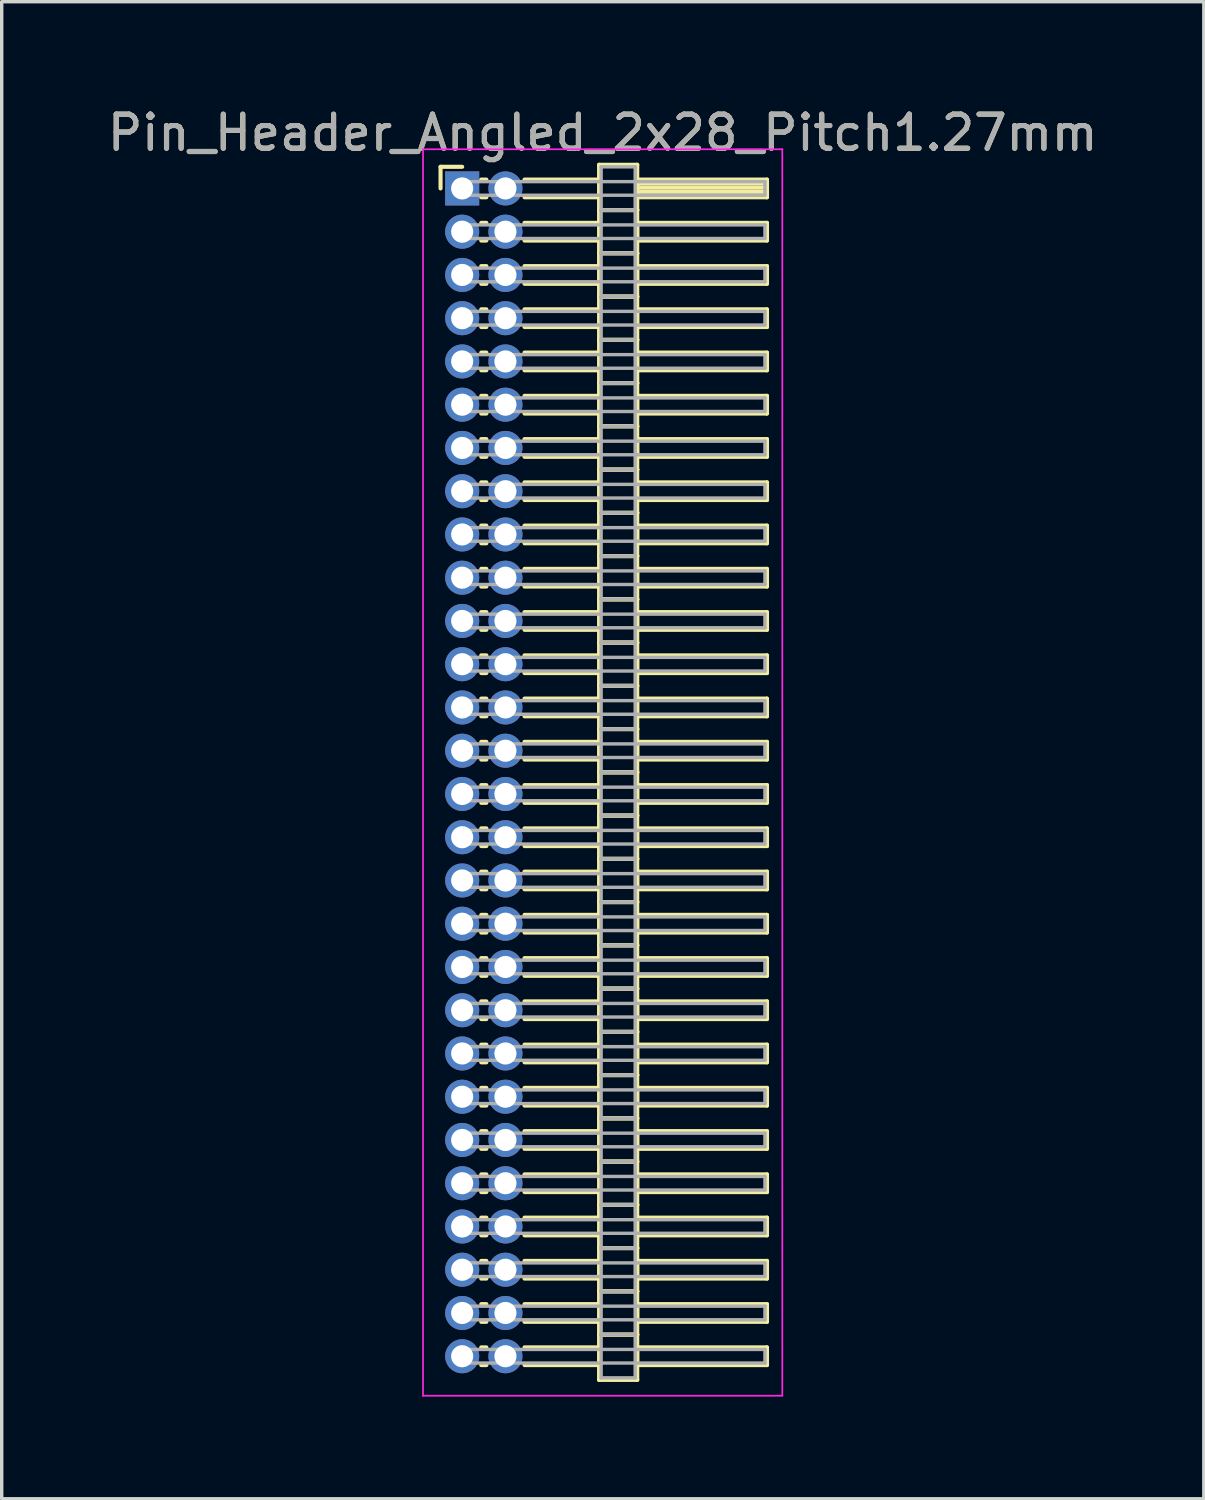
<source format=kicad_pcb>
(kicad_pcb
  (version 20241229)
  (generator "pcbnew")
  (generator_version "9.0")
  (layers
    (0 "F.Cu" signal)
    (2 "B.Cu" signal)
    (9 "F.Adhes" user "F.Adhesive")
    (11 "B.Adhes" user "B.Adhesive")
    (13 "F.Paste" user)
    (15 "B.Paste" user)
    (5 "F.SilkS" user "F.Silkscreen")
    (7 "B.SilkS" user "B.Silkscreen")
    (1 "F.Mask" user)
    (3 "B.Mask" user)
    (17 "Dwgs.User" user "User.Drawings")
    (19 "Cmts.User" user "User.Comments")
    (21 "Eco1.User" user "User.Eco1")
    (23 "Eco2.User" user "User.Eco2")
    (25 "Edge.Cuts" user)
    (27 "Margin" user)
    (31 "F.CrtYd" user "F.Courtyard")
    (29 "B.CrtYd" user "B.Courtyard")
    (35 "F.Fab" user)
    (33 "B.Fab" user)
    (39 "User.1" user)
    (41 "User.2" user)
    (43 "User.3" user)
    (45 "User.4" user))
  (footprint "Pin_Header_Angled_2x28_Pitch1.27mm"
    (layer "F.Cu")
    (at 10.521 2.483)
    (property "Reference" "Pin_Header_Angled_2x28_Pitch1.27mm" (at 4.128 -1.635 0) (layer "F.SilkS") (effects (font (size 1 1) (thickness 0.15))))
    (attr through_hole)
    (fp_line (start -0.635 -0.635) (end 0 -0.635) (stroke (width 0.12) (type solid)) (layer "F.SilkS"))
    (fp_line (start -0.635 0) (end -0.635 -0.635) (stroke (width 0.12) (type solid)) (layer "F.SilkS"))
    (fp_line (start 0.56 -0.26) (end 0.71 -0.26) (stroke (width 0.12) (type solid)) (layer "F.SilkS"))
    (fp_line (start 0.56 0.26) (end 0.71 0.26) (stroke (width 0.12) (type solid)) (layer "F.SilkS"))
    (fp_line (start 0.56 1.01) (end 0.71 1.01) (stroke (width 0.12) (type solid)) (layer "F.SilkS"))
    (fp_line (start 0.56 1.53) (end 0.71 1.53) (stroke (width 0.12) (type solid)) (layer "F.SilkS"))
    (fp_line (start 0.56 2.28) (end 0.71 2.28) (stroke (width 0.12) (type solid)) (layer "F.SilkS"))
    (fp_line (start 0.56 2.8) (end 0.71 2.8) (stroke (width 0.12) (type solid)) (layer "F.SilkS"))
    (fp_line (start 0.56 3.55) (end 0.71 3.55) (stroke (width 0.12) (type solid)) (layer "F.SilkS"))
    (fp_line (start 0.56 4.07) (end 0.71 4.07) (stroke (width 0.12) (type solid)) (layer "F.SilkS"))
    (fp_line (start 0.56 4.82) (end 0.71 4.82) (stroke (width 0.12) (type solid)) (layer "F.SilkS"))
    (fp_line (start 0.56 5.34) (end 0.71 5.34) (stroke (width 0.12) (type solid)) (layer "F.SilkS"))
    (fp_line (start 0.56 6.09) (end 0.71 6.09) (stroke (width 0.12) (type solid)) (layer "F.SilkS"))
    (fp_line (start 0.56 6.61) (end 0.71 6.61) (stroke (width 0.12) (type solid)) (layer "F.SilkS"))
    (fp_line (start 0.56 7.36) (end 0.71 7.36) (stroke (width 0.12) (type solid)) (layer "F.SilkS"))
    (fp_line (start 0.56 7.88) (end 0.71 7.88) (stroke (width 0.12) (type solid)) (layer "F.SilkS"))
    (fp_line (start 0.56 8.63) (end 0.71 8.63) (stroke (width 0.12) (type solid)) (layer "F.SilkS"))
    (fp_line (start 0.56 9.15) (end 0.71 9.15) (stroke (width 0.12) (type solid)) (layer "F.SilkS"))
    (fp_line (start 0.56 9.9) (end 0.71 9.9) (stroke (width 0.12) (type solid)) (layer "F.SilkS"))
    (fp_line (start 0.56 10.42) (end 0.71 10.42) (stroke (width 0.12) (type solid)) (layer "F.SilkS"))
    (fp_line (start 0.56 11.17) (end 0.71 11.17) (stroke (width 0.12) (type solid)) (layer "F.SilkS"))
    (fp_line (start 0.56 11.69) (end 0.71 11.69) (stroke (width 0.12) (type solid)) (layer "F.SilkS"))
    (fp_line (start 0.56 12.44) (end 0.71 12.44) (stroke (width 0.12) (type solid)) (layer "F.SilkS"))
    (fp_line (start 0.56 12.96) (end 0.71 12.96) (stroke (width 0.12) (type solid)) (layer "F.SilkS"))
    (fp_line (start 0.56 13.71) (end 0.71 13.71) (stroke (width 0.12) (type solid)) (layer "F.SilkS"))
    (fp_line (start 0.56 14.23) (end 0.71 14.23) (stroke (width 0.12) (type solid)) (layer "F.SilkS"))
    (fp_line (start 0.56 14.98) (end 0.71 14.98) (stroke (width 0.12) (type solid)) (layer "F.SilkS"))
    (fp_line (start 0.56 15.5) (end 0.71 15.5) (stroke (width 0.12) (type solid)) (layer "F.SilkS"))
    (fp_line (start 0.56 16.25) (end 0.71 16.25) (stroke (width 0.12) (type solid)) (layer "F.SilkS"))
    (fp_line (start 0.56 16.77) (end 0.71 16.77) (stroke (width 0.12) (type solid)) (layer "F.SilkS"))
    (fp_line (start 0.56 17.52) (end 0.71 17.52) (stroke (width 0.12) (type solid)) (layer "F.SilkS"))
    (fp_line (start 0.56 18.04) (end 0.71 18.04) (stroke (width 0.12) (type solid)) (layer "F.SilkS"))
    (fp_line (start 0.56 18.79) (end 0.71 18.79) (stroke (width 0.12) (type solid)) (layer "F.SilkS"))
    (fp_line (start 0.56 19.31) (end 0.71 19.31) (stroke (width 0.12) (type solid)) (layer "F.SilkS"))
    (fp_line (start 0.56 20.06) (end 0.71 20.06) (stroke (width 0.12) (type solid)) (layer "F.SilkS"))
    (fp_line (start 0.56 20.58) (end 0.71 20.58) (stroke (width 0.12) (type solid)) (layer "F.SilkS"))
    (fp_line (start 0.56 21.33) (end 0.71 21.33) (stroke (width 0.12) (type solid)) (layer "F.SilkS"))
    (fp_line (start 0.56 21.85) (end 0.71 21.85) (stroke (width 0.12) (type solid)) (layer "F.SilkS"))
    (fp_line (start 0.56 22.6) (end 0.71 22.6) (stroke (width 0.12) (type solid)) (layer "F.SilkS"))
    (fp_line (start 0.56 23.12) (end 0.71 23.12) (stroke (width 0.12) (type solid)) (layer "F.SilkS"))
    (fp_line (start 0.56 23.87) (end 0.71 23.87) (stroke (width 0.12) (type solid)) (layer "F.SilkS"))
    (fp_line (start 0.56 24.39) (end 0.71 24.39) (stroke (width 0.12) (type solid)) (layer "F.SilkS"))
    (fp_line (start 0.56 25.14) (end 0.71 25.14) (stroke (width 0.12) (type solid)) (layer "F.SilkS"))
    (fp_line (start 0.56 25.66) (end 0.71 25.66) (stroke (width 0.12) (type solid)) (layer "F.SilkS"))
    (fp_line (start 0.56 26.41) (end 0.71 26.41) (stroke (width 0.12) (type solid)) (layer "F.SilkS"))
    (fp_line (start 0.56 26.93) (end 0.71 26.93) (stroke (width 0.12) (type solid)) (layer "F.SilkS"))
    (fp_line (start 0.56 27.68) (end 0.71 27.68) (stroke (width 0.12) (type solid)) (layer "F.SilkS"))
    (fp_line (start 0.56 28.2) (end 0.71 28.2) (stroke (width 0.12) (type solid)) (layer "F.SilkS"))
    (fp_line (start 0.56 28.95) (end 0.71 28.95) (stroke (width 0.12) (type solid)) (layer "F.SilkS"))
    (fp_line (start 0.56 29.47) (end 0.71 29.47) (stroke (width 0.12) (type solid)) (layer "F.SilkS"))
    (fp_line (start 0.56 30.22) (end 0.71 30.22) (stroke (width 0.12) (type solid)) (layer "F.SilkS"))
    (fp_line (start 0.56 30.74) (end 0.71 30.74) (stroke (width 0.12) (type solid)) (layer "F.SilkS"))
    (fp_line (start 0.56 31.49) (end 0.71 31.49) (stroke (width 0.12) (type solid)) (layer "F.SilkS"))
    (fp_line (start 0.56 32.01) (end 0.71 32.01) (stroke (width 0.12) (type solid)) (layer "F.SilkS"))
    (fp_line (start 0.56 32.76) (end 0.71 32.76) (stroke (width 0.12) (type solid)) (layer "F.SilkS"))
    (fp_line (start 0.56 33.28) (end 0.71 33.28) (stroke (width 0.12) (type solid)) (layer "F.SilkS"))
    (fp_line (start 0.56 34.03) (end 0.71 34.03) (stroke (width 0.12) (type solid)) (layer "F.SilkS"))
    (fp_line (start 0.56 34.55) (end 0.71 34.55) (stroke (width 0.12) (type solid)) (layer "F.SilkS"))
    (fp_line (start 1.83 -0.26) (end 4.02 -0.26) (stroke (width 0.12) (type solid)) (layer "F.SilkS"))
    (fp_line (start 1.83 0.26) (end 4.02 0.26) (stroke (width 0.12) (type solid)) (layer "F.SilkS"))
    (fp_line (start 1.83 1.01) (end 4.02 1.01) (stroke (width 0.12) (type solid)) (layer "F.SilkS"))
    (fp_line (start 1.83 1.53) (end 4.02 1.53) (stroke (width 0.12) (type solid)) (layer "F.SilkS"))
    (fp_line (start 1.83 2.28) (end 4.02 2.28) (stroke (width 0.12) (type solid)) (layer "F.SilkS"))
    (fp_line (start 1.83 2.8) (end 4.02 2.8) (stroke (width 0.12) (type solid)) (layer "F.SilkS"))
    (fp_line (start 1.83 3.55) (end 4.02 3.55) (stroke (width 0.12) (type solid)) (layer "F.SilkS"))
    (fp_line (start 1.83 4.07) (end 4.02 4.07) (stroke (width 0.12) (type solid)) (layer "F.SilkS"))
    (fp_line (start 1.83 4.82) (end 4.02 4.82) (stroke (width 0.12) (type solid)) (layer "F.SilkS"))
    (fp_line (start 1.83 5.34) (end 4.02 5.34) (stroke (width 0.12) (type solid)) (layer "F.SilkS"))
    (fp_line (start 1.83 6.09) (end 4.02 6.09) (stroke (width 0.12) (type solid)) (layer "F.SilkS"))
    (fp_line (start 1.83 6.61) (end 4.02 6.61) (stroke (width 0.12) (type solid)) (layer "F.SilkS"))
    (fp_line (start 1.83 7.36) (end 4.02 7.36) (stroke (width 0.12) (type solid)) (layer "F.SilkS"))
    (fp_line (start 1.83 7.88) (end 4.02 7.88) (stroke (width 0.12) (type solid)) (layer "F.SilkS"))
    (fp_line (start 1.83 8.63) (end 4.02 8.63) (stroke (width 0.12) (type solid)) (layer "F.SilkS"))
    (fp_line (start 1.83 9.15) (end 4.02 9.15) (stroke (width 0.12) (type solid)) (layer "F.SilkS"))
    (fp_line (start 1.83 9.9) (end 4.02 9.9) (stroke (width 0.12) (type solid)) (layer "F.SilkS"))
    (fp_line (start 1.83 10.42) (end 4.02 10.42) (stroke (width 0.12) (type solid)) (layer "F.SilkS"))
    (fp_line (start 1.83 11.17) (end 4.02 11.17) (stroke (width 0.12) (type solid)) (layer "F.SilkS"))
    (fp_line (start 1.83 11.69) (end 4.02 11.69) (stroke (width 0.12) (type solid)) (layer "F.SilkS"))
    (fp_line (start 1.83 12.44) (end 4.02 12.44) (stroke (width 0.12) (type solid)) (layer "F.SilkS"))
    (fp_line (start 1.83 12.96) (end 4.02 12.96) (stroke (width 0.12) (type solid)) (layer "F.SilkS"))
    (fp_line (start 1.83 13.71) (end 4.02 13.71) (stroke (width 0.12) (type solid)) (layer "F.SilkS"))
    (fp_line (start 1.83 14.23) (end 4.02 14.23) (stroke (width 0.12) (type solid)) (layer "F.SilkS"))
    (fp_line (start 1.83 14.98) (end 4.02 14.98) (stroke (width 0.12) (type solid)) (layer "F.SilkS"))
    (fp_line (start 1.83 15.5) (end 4.02 15.5) (stroke (width 0.12) (type solid)) (layer "F.SilkS"))
    (fp_line (start 1.83 16.25) (end 4.02 16.25) (stroke (width 0.12) (type solid)) (layer "F.SilkS"))
    (fp_line (start 1.83 16.77) (end 4.02 16.77) (stroke (width 0.12) (type solid)) (layer "F.SilkS"))
    (fp_line (start 1.83 17.52) (end 4.02 17.52) (stroke (width 0.12) (type solid)) (layer "F.SilkS"))
    (fp_line (start 1.83 18.04) (end 4.02 18.04) (stroke (width 0.12) (type solid)) (layer "F.SilkS"))
    (fp_line (start 1.83 18.79) (end 4.02 18.79) (stroke (width 0.12) (type solid)) (layer "F.SilkS"))
    (fp_line (start 1.83 19.31) (end 4.02 19.31) (stroke (width 0.12) (type solid)) (layer "F.SilkS"))
    (fp_line (start 1.83 20.06) (end 4.02 20.06) (stroke (width 0.12) (type solid)) (layer "F.SilkS"))
    (fp_line (start 1.83 20.58) (end 4.02 20.58) (stroke (width 0.12) (type solid)) (layer "F.SilkS"))
    (fp_line (start 1.83 21.33) (end 4.02 21.33) (stroke (width 0.12) (type solid)) (layer "F.SilkS"))
    (fp_line (start 1.83 21.85) (end 4.02 21.85) (stroke (width 0.12) (type solid)) (layer "F.SilkS"))
    (fp_line (start 1.83 22.6) (end 4.02 22.6) (stroke (width 0.12) (type solid)) (layer "F.SilkS"))
    (fp_line (start 1.83 23.12) (end 4.02 23.12) (stroke (width 0.12) (type solid)) (layer "F.SilkS"))
    (fp_line (start 1.83 23.87) (end 4.02 23.87) (stroke (width 0.12) (type solid)) (layer "F.SilkS"))
    (fp_line (start 1.83 24.39) (end 4.02 24.39) (stroke (width 0.12) (type solid)) (layer "F.SilkS"))
    (fp_line (start 1.83 25.14) (end 4.02 25.14) (stroke (width 0.12) (type solid)) (layer "F.SilkS"))
    (fp_line (start 1.83 25.66) (end 4.02 25.66) (stroke (width 0.12) (type solid)) (layer "F.SilkS"))
    (fp_line (start 1.83 26.41) (end 4.02 26.41) (stroke (width 0.12) (type solid)) (layer "F.SilkS"))
    (fp_line (start 1.83 26.93) (end 4.02 26.93) (stroke (width 0.12) (type solid)) (layer "F.SilkS"))
    (fp_line (start 1.83 27.68) (end 4.02 27.68) (stroke (width 0.12) (type solid)) (layer "F.SilkS"))
    (fp_line (start 1.83 28.2) (end 4.02 28.2) (stroke (width 0.12) (type solid)) (layer "F.SilkS"))
    (fp_line (start 1.83 28.95) (end 4.02 28.95) (stroke (width 0.12) (type solid)) (layer "F.SilkS"))
    (fp_line (start 1.83 29.47) (end 4.02 29.47) (stroke (width 0.12) (type solid)) (layer "F.SilkS"))
    (fp_line (start 1.83 30.22) (end 4.02 30.22) (stroke (width 0.12) (type solid)) (layer "F.SilkS"))
    (fp_line (start 1.83 30.74) (end 4.02 30.74) (stroke (width 0.12) (type solid)) (layer "F.SilkS"))
    (fp_line (start 1.83 31.49) (end 4.02 31.49) (stroke (width 0.12) (type solid)) (layer "F.SilkS"))
    (fp_line (start 1.83 32.01) (end 4.02 32.01) (stroke (width 0.12) (type solid)) (layer "F.SilkS"))
    (fp_line (start 1.83 32.76) (end 4.02 32.76) (stroke (width 0.12) (type solid)) (layer "F.SilkS"))
    (fp_line (start 1.83 33.28) (end 4.02 33.28) (stroke (width 0.12) (type solid)) (layer "F.SilkS"))
    (fp_line (start 1.83 34.03) (end 4.02 34.03) (stroke (width 0.12) (type solid)) (layer "F.SilkS"))
    (fp_line (start 1.83 34.55) (end 4.02 34.55) (stroke (width 0.12) (type solid)) (layer "F.SilkS"))
    (fp_line (start 4.02 -0.695) (end 4.02 0.635) (stroke (width 0.12) (type solid)) (layer "F.SilkS"))
    (fp_line (start 4.02 0.635) (end 4.02 1.905) (stroke (width 0.12) (type solid)) (layer "F.SilkS"))
    (fp_line (start 4.02 0.635) (end 5.14 0.635) (stroke (width 0.12) (type solid)) (layer "F.SilkS"))
    (fp_line (start 4.02 1.905) (end 4.02 3.175) (stroke (width 0.12) (type solid)) (layer "F.SilkS"))
    (fp_line (start 4.02 1.905) (end 5.14 1.905) (stroke (width 0.12) (type solid)) (layer "F.SilkS"))
    (fp_line (start 4.02 3.175) (end 4.02 4.445) (stroke (width 0.12) (type solid)) (layer "F.SilkS"))
    (fp_line (start 4.02 3.175) (end 5.14 3.175) (stroke (width 0.12) (type solid)) (layer "F.SilkS"))
    (fp_line (start 4.02 4.445) (end 4.02 5.715) (stroke (width 0.12) (type solid)) (layer "F.SilkS"))
    (fp_line (start 4.02 4.445) (end 5.14 4.445) (stroke (width 0.12) (type solid)) (layer "F.SilkS"))
    (fp_line (start 4.02 5.715) (end 4.02 6.985) (stroke (width 0.12) (type solid)) (layer "F.SilkS"))
    (fp_line (start 4.02 5.715) (end 5.14 5.715) (stroke (width 0.12) (type solid)) (layer "F.SilkS"))
    (fp_line (start 4.02 6.985) (end 4.02 8.255) (stroke (width 0.12) (type solid)) (layer "F.SilkS"))
    (fp_line (start 4.02 6.985) (end 5.14 6.985) (stroke (width 0.12) (type solid)) (layer "F.SilkS"))
    (fp_line (start 4.02 8.255) (end 4.02 9.525) (stroke (width 0.12) (type solid)) (layer "F.SilkS"))
    (fp_line (start 4.02 8.255) (end 5.14 8.255) (stroke (width 0.12) (type solid)) (layer "F.SilkS"))
    (fp_line (start 4.02 9.525) (end 4.02 10.795) (stroke (width 0.12) (type solid)) (layer "F.SilkS"))
    (fp_line (start 4.02 9.525) (end 5.14 9.525) (stroke (width 0.12) (type solid)) (layer "F.SilkS"))
    (fp_line (start 4.02 10.795) (end 4.02 12.065) (stroke (width 0.12) (type solid)) (layer "F.SilkS"))
    (fp_line (start 4.02 10.795) (end 5.14 10.795) (stroke (width 0.12) (type solid)) (layer "F.SilkS"))
    (fp_line (start 4.02 12.065) (end 4.02 13.335) (stroke (width 0.12) (type solid)) (layer "F.SilkS"))
    (fp_line (start 4.02 12.065) (end 5.14 12.065) (stroke (width 0.12) (type solid)) (layer "F.SilkS"))
    (fp_line (start 4.02 13.335) (end 4.02 14.605) (stroke (width 0.12) (type solid)) (layer "F.SilkS"))
    (fp_line (start 4.02 13.335) (end 5.14 13.335) (stroke (width 0.12) (type solid)) (layer "F.SilkS"))
    (fp_line (start 4.02 14.605) (end 4.02 15.875) (stroke (width 0.12) (type solid)) (layer "F.SilkS"))
    (fp_line (start 4.02 14.605) (end 5.14 14.605) (stroke (width 0.12) (type solid)) (layer "F.SilkS"))
    (fp_line (start 4.02 15.875) (end 4.02 17.145) (stroke (width 0.12) (type solid)) (layer "F.SilkS"))
    (fp_line (start 4.02 15.875) (end 5.14 15.875) (stroke (width 0.12) (type solid)) (layer "F.SilkS"))
    (fp_line (start 4.02 17.145) (end 4.02 18.415) (stroke (width 0.12) (type solid)) (layer "F.SilkS"))
    (fp_line (start 4.02 17.145) (end 5.14 17.145) (stroke (width 0.12) (type solid)) (layer "F.SilkS"))
    (fp_line (start 4.02 18.415) (end 4.02 19.685) (stroke (width 0.12) (type solid)) (layer "F.SilkS"))
    (fp_line (start 4.02 18.415) (end 5.14 18.415) (stroke (width 0.12) (type solid)) (layer "F.SilkS"))
    (fp_line (start 4.02 19.685) (end 4.02 20.955) (stroke (width 0.12) (type solid)) (layer "F.SilkS"))
    (fp_line (start 4.02 19.685) (end 5.14 19.685) (stroke (width 0.12) (type solid)) (layer "F.SilkS"))
    (fp_line (start 4.02 20.955) (end 4.02 22.225) (stroke (width 0.12) (type solid)) (layer "F.SilkS"))
    (fp_line (start 4.02 20.955) (end 5.14 20.955) (stroke (width 0.12) (type solid)) (layer "F.SilkS"))
    (fp_line (start 4.02 22.225) (end 4.02 23.495) (stroke (width 0.12) (type solid)) (layer "F.SilkS"))
    (fp_line (start 4.02 22.225) (end 5.14 22.225) (stroke (width 0.12) (type solid)) (layer "F.SilkS"))
    (fp_line (start 4.02 23.495) (end 4.02 24.765) (stroke (width 0.12) (type solid)) (layer "F.SilkS"))
    (fp_line (start 4.02 23.495) (end 5.14 23.495) (stroke (width 0.12) (type solid)) (layer "F.SilkS"))
    (fp_line (start 4.02 24.765) (end 4.02 26.035) (stroke (width 0.12) (type solid)) (layer "F.SilkS"))
    (fp_line (start 4.02 24.765) (end 5.14 24.765) (stroke (width 0.12) (type solid)) (layer "F.SilkS"))
    (fp_line (start 4.02 26.035) (end 4.02 27.305) (stroke (width 0.12) (type solid)) (layer "F.SilkS"))
    (fp_line (start 4.02 26.035) (end 5.14 26.035) (stroke (width 0.12) (type solid)) (layer "F.SilkS"))
    (fp_line (start 4.02 27.305) (end 4.02 28.575) (stroke (width 0.12) (type solid)) (layer "F.SilkS"))
    (fp_line (start 4.02 27.305) (end 5.14 27.305) (stroke (width 0.12) (type solid)) (layer "F.SilkS"))
    (fp_line (start 4.02 28.575) (end 4.02 29.845) (stroke (width 0.12) (type solid)) (layer "F.SilkS"))
    (fp_line (start 4.02 28.575) (end 5.14 28.575) (stroke (width 0.12) (type solid)) (layer "F.SilkS"))
    (fp_line (start 4.02 29.845) (end 4.02 31.115) (stroke (width 0.12) (type solid)) (layer "F.SilkS"))
    (fp_line (start 4.02 29.845) (end 5.14 29.845) (stroke (width 0.12) (type solid)) (layer "F.SilkS"))
    (fp_line (start 4.02 31.115) (end 4.02 32.385) (stroke (width 0.12) (type solid)) (layer "F.SilkS"))
    (fp_line (start 4.02 31.115) (end 5.14 31.115) (stroke (width 0.12) (type solid)) (layer "F.SilkS"))
    (fp_line (start 4.02 32.385) (end 4.02 33.655) (stroke (width 0.12) (type solid)) (layer "F.SilkS"))
    (fp_line (start 4.02 32.385) (end 5.14 32.385) (stroke (width 0.12) (type solid)) (layer "F.SilkS"))
    (fp_line (start 4.02 33.655) (end 4.02 34.985) (stroke (width 0.12) (type solid)) (layer "F.SilkS"))
    (fp_line (start 4.02 33.655) (end 5.14 33.655) (stroke (width 0.12) (type solid)) (layer "F.SilkS"))
    (fp_line (start 4.02 34.985) (end 5.14 34.985) (stroke (width 0.12) (type solid)) (layer "F.SilkS"))
    (fp_line (start 5.14 -0.695) (end 4.02 -0.695) (stroke (width 0.12) (type solid)) (layer "F.SilkS"))
    (fp_line (start 5.14 -0.26) (end 5.14 0.26) (stroke (width 0.12) (type solid)) (layer "F.SilkS"))
    (fp_line (start 5.14 -0.14) (end 8.95 -0.14) (stroke (width 0.12) (type solid)) (layer "F.SilkS"))
    (fp_line (start 5.14 -0.02) (end 8.95 -0.02) (stroke (width 0.12) (type solid)) (layer "F.SilkS"))
    (fp_line (start 5.14 0.1) (end 8.95 0.1) (stroke (width 0.12) (type solid)) (layer "F.SilkS"))
    (fp_line (start 5.14 0.22) (end 8.95 0.22) (stroke (width 0.12) (type solid)) (layer "F.SilkS"))
    (fp_line (start 5.14 0.26) (end 8.95 0.26) (stroke (width 0.12) (type solid)) (layer "F.SilkS"))
    (fp_line (start 5.14 0.635) (end 4.02 0.635) (stroke (width 0.12) (type solid)) (layer "F.SilkS"))
    (fp_line (start 5.14 0.635) (end 5.14 -0.695) (stroke (width 0.12) (type solid)) (layer "F.SilkS"))
    (fp_line (start 5.14 1.01) (end 5.14 1.53) (stroke (width 0.12) (type solid)) (layer "F.SilkS"))
    (fp_line (start 5.14 1.53) (end 8.95 1.53) (stroke (width 0.12) (type solid)) (layer "F.SilkS"))
    (fp_line (start 5.14 1.905) (end 4.02 1.905) (stroke (width 0.12) (type solid)) (layer "F.SilkS"))
    (fp_line (start 5.14 1.905) (end 5.14 0.635) (stroke (width 0.12) (type solid)) (layer "F.SilkS"))
    (fp_line (start 5.14 2.28) (end 5.14 2.8) (stroke (width 0.12) (type solid)) (layer "F.SilkS"))
    (fp_line (start 5.14 2.8) (end 8.95 2.8) (stroke (width 0.12) (type solid)) (layer "F.SilkS"))
    (fp_line (start 5.14 3.175) (end 4.02 3.175) (stroke (width 0.12) (type solid)) (layer "F.SilkS"))
    (fp_line (start 5.14 3.175) (end 5.14 1.905) (stroke (width 0.12) (type solid)) (layer "F.SilkS"))
    (fp_line (start 5.14 3.55) (end 5.14 4.07) (stroke (width 0.12) (type solid)) (layer "F.SilkS"))
    (fp_line (start 5.14 4.07) (end 8.95 4.07) (stroke (width 0.12) (type solid)) (layer "F.SilkS"))
    (fp_line (start 5.14 4.445) (end 4.02 4.445) (stroke (width 0.12) (type solid)) (layer "F.SilkS"))
    (fp_line (start 5.14 4.445) (end 5.14 3.175) (stroke (width 0.12) (type solid)) (layer "F.SilkS"))
    (fp_line (start 5.14 4.82) (end 5.14 5.34) (stroke (width 0.12) (type solid)) (layer "F.SilkS"))
    (fp_line (start 5.14 5.34) (end 8.95 5.34) (stroke (width 0.12) (type solid)) (layer "F.SilkS"))
    (fp_line (start 5.14 5.715) (end 4.02 5.715) (stroke (width 0.12) (type solid)) (layer "F.SilkS"))
    (fp_line (start 5.14 5.715) (end 5.14 4.445) (stroke (width 0.12) (type solid)) (layer "F.SilkS"))
    (fp_line (start 5.14 6.09) (end 5.14 6.61) (stroke (width 0.12) (type solid)) (layer "F.SilkS"))
    (fp_line (start 5.14 6.61) (end 8.95 6.61) (stroke (width 0.12) (type solid)) (layer "F.SilkS"))
    (fp_line (start 5.14 6.985) (end 4.02 6.985) (stroke (width 0.12) (type solid)) (layer "F.SilkS"))
    (fp_line (start 5.14 6.985) (end 5.14 5.715) (stroke (width 0.12) (type solid)) (layer "F.SilkS"))
    (fp_line (start 5.14 7.36) (end 5.14 7.88) (stroke (width 0.12) (type solid)) (layer "F.SilkS"))
    (fp_line (start 5.14 7.88) (end 8.95 7.88) (stroke (width 0.12) (type solid)) (layer "F.SilkS"))
    (fp_line (start 5.14 8.255) (end 4.02 8.255) (stroke (width 0.12) (type solid)) (layer "F.SilkS"))
    (fp_line (start 5.14 8.255) (end 5.14 6.985) (stroke (width 0.12) (type solid)) (layer "F.SilkS"))
    (fp_line (start 5.14 8.63) (end 5.14 9.15) (stroke (width 0.12) (type solid)) (layer "F.SilkS"))
    (fp_line (start 5.14 9.15) (end 8.95 9.15) (stroke (width 0.12) (type solid)) (layer "F.SilkS"))
    (fp_line (start 5.14 9.525) (end 4.02 9.525) (stroke (width 0.12) (type solid)) (layer "F.SilkS"))
    (fp_line (start 5.14 9.525) (end 5.14 8.255) (stroke (width 0.12) (type solid)) (layer "F.SilkS"))
    (fp_line (start 5.14 9.9) (end 5.14 10.42) (stroke (width 0.12) (type solid)) (layer "F.SilkS"))
    (fp_line (start 5.14 10.42) (end 8.95 10.42) (stroke (width 0.12) (type solid)) (layer "F.SilkS"))
    (fp_line (start 5.14 10.795) (end 4.02 10.795) (stroke (width 0.12) (type solid)) (layer "F.SilkS"))
    (fp_line (start 5.14 10.795) (end 5.14 9.525) (stroke (width 0.12) (type solid)) (layer "F.SilkS"))
    (fp_line (start 5.14 11.17) (end 5.14 11.69) (stroke (width 0.12) (type solid)) (layer "F.SilkS"))
    (fp_line (start 5.14 11.69) (end 8.95 11.69) (stroke (width 0.12) (type solid)) (layer "F.SilkS"))
    (fp_line (start 5.14 12.065) (end 4.02 12.065) (stroke (width 0.12) (type solid)) (layer "F.SilkS"))
    (fp_line (start 5.14 12.065) (end 5.14 10.795) (stroke (width 0.12) (type solid)) (layer "F.SilkS"))
    (fp_line (start 5.14 12.44) (end 5.14 12.96) (stroke (width 0.12) (type solid)) (layer "F.SilkS"))
    (fp_line (start 5.14 12.96) (end 8.95 12.96) (stroke (width 0.12) (type solid)) (layer "F.SilkS"))
    (fp_line (start 5.14 13.335) (end 4.02 13.335) (stroke (width 0.12) (type solid)) (layer "F.SilkS"))
    (fp_line (start 5.14 13.335) (end 5.14 12.065) (stroke (width 0.12) (type solid)) (layer "F.SilkS"))
    (fp_line (start 5.14 13.71) (end 5.14 14.23) (stroke (width 0.12) (type solid)) (layer "F.SilkS"))
    (fp_line (start 5.14 14.23) (end 8.95 14.23) (stroke (width 0.12) (type solid)) (layer "F.SilkS"))
    (fp_line (start 5.14 14.605) (end 4.02 14.605) (stroke (width 0.12) (type solid)) (layer "F.SilkS"))
    (fp_line (start 5.14 14.605) (end 5.14 13.335) (stroke (width 0.12) (type solid)) (layer "F.SilkS"))
    (fp_line (start 5.14 14.98) (end 5.14 15.5) (stroke (width 0.12) (type solid)) (layer "F.SilkS"))
    (fp_line (start 5.14 15.5) (end 8.95 15.5) (stroke (width 0.12) (type solid)) (layer "F.SilkS"))
    (fp_line (start 5.14 15.875) (end 4.02 15.875) (stroke (width 0.12) (type solid)) (layer "F.SilkS"))
    (fp_line (start 5.14 15.875) (end 5.14 14.605) (stroke (width 0.12) (type solid)) (layer "F.SilkS"))
    (fp_line (start 5.14 16.25) (end 5.14 16.77) (stroke (width 0.12) (type solid)) (layer "F.SilkS"))
    (fp_line (start 5.14 16.77) (end 8.95 16.77) (stroke (width 0.12) (type solid)) (layer "F.SilkS"))
    (fp_line (start 5.14 17.145) (end 4.02 17.145) (stroke (width 0.12) (type solid)) (layer "F.SilkS"))
    (fp_line (start 5.14 17.145) (end 5.14 15.875) (stroke (width 0.12) (type solid)) (layer "F.SilkS"))
    (fp_line (start 5.14 17.52) (end 5.14 18.04) (stroke (width 0.12) (type solid)) (layer "F.SilkS"))
    (fp_line (start 5.14 18.04) (end 8.95 18.04) (stroke (width 0.12) (type solid)) (layer "F.SilkS"))
    (fp_line (start 5.14 18.415) (end 4.02 18.415) (stroke (width 0.12) (type solid)) (layer "F.SilkS"))
    (fp_line (start 5.14 18.415) (end 5.14 17.145) (stroke (width 0.12) (type solid)) (layer "F.SilkS"))
    (fp_line (start 5.14 18.79) (end 5.14 19.31) (stroke (width 0.12) (type solid)) (layer "F.SilkS"))
    (fp_line (start 5.14 19.31) (end 8.95 19.31) (stroke (width 0.12) (type solid)) (layer "F.SilkS"))
    (fp_line (start 5.14 19.685) (end 4.02 19.685) (stroke (width 0.12) (type solid)) (layer "F.SilkS"))
    (fp_line (start 5.14 19.685) (end 5.14 18.415) (stroke (width 0.12) (type solid)) (layer "F.SilkS"))
    (fp_line (start 5.14 20.06) (end 5.14 20.58) (stroke (width 0.12) (type solid)) (layer "F.SilkS"))
    (fp_line (start 5.14 20.58) (end 8.95 20.58) (stroke (width 0.12) (type solid)) (layer "F.SilkS"))
    (fp_line (start 5.14 20.955) (end 4.02 20.955) (stroke (width 0.12) (type solid)) (layer "F.SilkS"))
    (fp_line (start 5.14 20.955) (end 5.14 19.685) (stroke (width 0.12) (type solid)) (layer "F.SilkS"))
    (fp_line (start 5.14 21.33) (end 5.14 21.85) (stroke (width 0.12) (type solid)) (layer "F.SilkS"))
    (fp_line (start 5.14 21.85) (end 8.95 21.85) (stroke (width 0.12) (type solid)) (layer "F.SilkS"))
    (fp_line (start 5.14 22.225) (end 4.02 22.225) (stroke (width 0.12) (type solid)) (layer "F.SilkS"))
    (fp_line (start 5.14 22.225) (end 5.14 20.955) (stroke (width 0.12) (type solid)) (layer "F.SilkS"))
    (fp_line (start 5.14 22.6) (end 5.14 23.12) (stroke (width 0.12) (type solid)) (layer "F.SilkS"))
    (fp_line (start 5.14 23.12) (end 8.95 23.12) (stroke (width 0.12) (type solid)) (layer "F.SilkS"))
    (fp_line (start 5.14 23.495) (end 4.02 23.495) (stroke (width 0.12) (type solid)) (layer "F.SilkS"))
    (fp_line (start 5.14 23.495) (end 5.14 22.225) (stroke (width 0.12) (type solid)) (layer "F.SilkS"))
    (fp_line (start 5.14 23.87) (end 5.14 24.39) (stroke (width 0.12) (type solid)) (layer "F.SilkS"))
    (fp_line (start 5.14 24.39) (end 8.95 24.39) (stroke (width 0.12) (type solid)) (layer "F.SilkS"))
    (fp_line (start 5.14 24.765) (end 4.02 24.765) (stroke (width 0.12) (type solid)) (layer "F.SilkS"))
    (fp_line (start 5.14 24.765) (end 5.14 23.495) (stroke (width 0.12) (type solid)) (layer "F.SilkS"))
    (fp_line (start 5.14 25.14) (end 5.14 25.66) (stroke (width 0.12) (type solid)) (layer "F.SilkS"))
    (fp_line (start 5.14 25.66) (end 8.95 25.66) (stroke (width 0.12) (type solid)) (layer "F.SilkS"))
    (fp_line (start 5.14 26.035) (end 4.02 26.035) (stroke (width 0.12) (type solid)) (layer "F.SilkS"))
    (fp_line (start 5.14 26.035) (end 5.14 24.765) (stroke (width 0.12) (type solid)) (layer "F.SilkS"))
    (fp_line (start 5.14 26.41) (end 5.14 26.93) (stroke (width 0.12) (type solid)) (layer "F.SilkS"))
    (fp_line (start 5.14 26.93) (end 8.95 26.93) (stroke (width 0.12) (type solid)) (layer "F.SilkS"))
    (fp_line (start 5.14 27.305) (end 4.02 27.305) (stroke (width 0.12) (type solid)) (layer "F.SilkS"))
    (fp_line (start 5.14 27.305) (end 5.14 26.035) (stroke (width 0.12) (type solid)) (layer "F.SilkS"))
    (fp_line (start 5.14 27.68) (end 5.14 28.2) (stroke (width 0.12) (type solid)) (layer "F.SilkS"))
    (fp_line (start 5.14 28.2) (end 8.95 28.2) (stroke (width 0.12) (type solid)) (layer "F.SilkS"))
    (fp_line (start 5.14 28.575) (end 4.02 28.575) (stroke (width 0.12) (type solid)) (layer "F.SilkS"))
    (fp_line (start 5.14 28.575) (end 5.14 27.305) (stroke (width 0.12) (type solid)) (layer "F.SilkS"))
    (fp_line (start 5.14 28.95) (end 5.14 29.47) (stroke (width 0.12) (type solid)) (layer "F.SilkS"))
    (fp_line (start 5.14 29.47) (end 8.95 29.47) (stroke (width 0.12) (type solid)) (layer "F.SilkS"))
    (fp_line (start 5.14 29.845) (end 4.02 29.845) (stroke (width 0.12) (type solid)) (layer "F.SilkS"))
    (fp_line (start 5.14 29.845) (end 5.14 28.575) (stroke (width 0.12) (type solid)) (layer "F.SilkS"))
    (fp_line (start 5.14 30.22) (end 5.14 30.74) (stroke (width 0.12) (type solid)) (layer "F.SilkS"))
    (fp_line (start 5.14 30.74) (end 8.95 30.74) (stroke (width 0.12) (type solid)) (layer "F.SilkS"))
    (fp_line (start 5.14 31.115) (end 4.02 31.115) (stroke (width 0.12) (type solid)) (layer "F.SilkS"))
    (fp_line (start 5.14 31.115) (end 5.14 29.845) (stroke (width 0.12) (type solid)) (layer "F.SilkS"))
    (fp_line (start 5.14 31.49) (end 5.14 32.01) (stroke (width 0.12) (type solid)) (layer "F.SilkS"))
    (fp_line (start 5.14 32.01) (end 8.95 32.01) (stroke (width 0.12) (type solid)) (layer "F.SilkS"))
    (fp_line (start 5.14 32.385) (end 4.02 32.385) (stroke (width 0.12) (type solid)) (layer "F.SilkS"))
    (fp_line (start 5.14 32.385) (end 5.14 31.115) (stroke (width 0.12) (type solid)) (layer "F.SilkS"))
    (fp_line (start 5.14 32.76) (end 5.14 33.28) (stroke (width 0.12) (type solid)) (layer "F.SilkS"))
    (fp_line (start 5.14 33.28) (end 8.95 33.28) (stroke (width 0.12) (type solid)) (layer "F.SilkS"))
    (fp_line (start 5.14 33.655) (end 4.02 33.655) (stroke (width 0.12) (type solid)) (layer "F.SilkS"))
    (fp_line (start 5.14 33.655) (end 5.14 32.385) (stroke (width 0.12) (type solid)) (layer "F.SilkS"))
    (fp_line (start 5.14 34.03) (end 5.14 34.55) (stroke (width 0.12) (type solid)) (layer "F.SilkS"))
    (fp_line (start 5.14 34.55) (end 8.95 34.55) (stroke (width 0.12) (type solid)) (layer "F.SilkS"))
    (fp_line (start 5.14 34.985) (end 5.14 33.655) (stroke (width 0.12) (type solid)) (layer "F.SilkS"))
    (fp_line (start 8.95 -0.26) (end 5.14 -0.26) (stroke (width 0.12) (type solid)) (layer "F.SilkS"))
    (fp_line (start 8.95 0.26) (end 8.95 -0.26) (stroke (width 0.12) (type solid)) (layer "F.SilkS"))
    (fp_line (start 8.95 1.01) (end 5.14 1.01) (stroke (width 0.12) (type solid)) (layer "F.SilkS"))
    (fp_line (start 8.95 1.53) (end 8.95 1.01) (stroke (width 0.12) (type solid)) (layer "F.SilkS"))
    (fp_line (start 8.95 2.28) (end 5.14 2.28) (stroke (width 0.12) (type solid)) (layer "F.SilkS"))
    (fp_line (start 8.95 2.8) (end 8.95 2.28) (stroke (width 0.12) (type solid)) (layer "F.SilkS"))
    (fp_line (start 8.95 3.55) (end 5.14 3.55) (stroke (width 0.12) (type solid)) (layer "F.SilkS"))
    (fp_line (start 8.95 4.07) (end 8.95 3.55) (stroke (width 0.12) (type solid)) (layer "F.SilkS"))
    (fp_line (start 8.95 4.82) (end 5.14 4.82) (stroke (width 0.12) (type solid)) (layer "F.SilkS"))
    (fp_line (start 8.95 5.34) (end 8.95 4.82) (stroke (width 0.12) (type solid)) (layer "F.SilkS"))
    (fp_line (start 8.95 6.09) (end 5.14 6.09) (stroke (width 0.12) (type solid)) (layer "F.SilkS"))
    (fp_line (start 8.95 6.61) (end 8.95 6.09) (stroke (width 0.12) (type solid)) (layer "F.SilkS"))
    (fp_line (start 8.95 7.36) (end 5.14 7.36) (stroke (width 0.12) (type solid)) (layer "F.SilkS"))
    (fp_line (start 8.95 7.88) (end 8.95 7.36) (stroke (width 0.12) (type solid)) (layer "F.SilkS"))
    (fp_line (start 8.95 8.63) (end 5.14 8.63) (stroke (width 0.12) (type solid)) (layer "F.SilkS"))
    (fp_line (start 8.95 9.15) (end 8.95 8.63) (stroke (width 0.12) (type solid)) (layer "F.SilkS"))
    (fp_line (start 8.95 9.9) (end 5.14 9.9) (stroke (width 0.12) (type solid)) (layer "F.SilkS"))
    (fp_line (start 8.95 10.42) (end 8.95 9.9) (stroke (width 0.12) (type solid)) (layer "F.SilkS"))
    (fp_line (start 8.95 11.17) (end 5.14 11.17) (stroke (width 0.12) (type solid)) (layer "F.SilkS"))
    (fp_line (start 8.95 11.69) (end 8.95 11.17) (stroke (width 0.12) (type solid)) (layer "F.SilkS"))
    (fp_line (start 8.95 12.44) (end 5.14 12.44) (stroke (width 0.12) (type solid)) (layer "F.SilkS"))
    (fp_line (start 8.95 12.96) (end 8.95 12.44) (stroke (width 0.12) (type solid)) (layer "F.SilkS"))
    (fp_line (start 8.95 13.71) (end 5.14 13.71) (stroke (width 0.12) (type solid)) (layer "F.SilkS"))
    (fp_line (start 8.95 14.23) (end 8.95 13.71) (stroke (width 0.12) (type solid)) (layer "F.SilkS"))
    (fp_line (start 8.95 14.98) (end 5.14 14.98) (stroke (width 0.12) (type solid)) (layer "F.SilkS"))
    (fp_line (start 8.95 15.5) (end 8.95 14.98) (stroke (width 0.12) (type solid)) (layer "F.SilkS"))
    (fp_line (start 8.95 16.25) (end 5.14 16.25) (stroke (width 0.12) (type solid)) (layer "F.SilkS"))
    (fp_line (start 8.95 16.77) (end 8.95 16.25) (stroke (width 0.12) (type solid)) (layer "F.SilkS"))
    (fp_line (start 8.95 17.52) (end 5.14 17.52) (stroke (width 0.12) (type solid)) (layer "F.SilkS"))
    (fp_line (start 8.95 18.04) (end 8.95 17.52) (stroke (width 0.12) (type solid)) (layer "F.SilkS"))
    (fp_line (start 8.95 18.79) (end 5.14 18.79) (stroke (width 0.12) (type solid)) (layer "F.SilkS"))
    (fp_line (start 8.95 19.31) (end 8.95 18.79) (stroke (width 0.12) (type solid)) (layer "F.SilkS"))
    (fp_line (start 8.95 20.06) (end 5.14 20.06) (stroke (width 0.12) (type solid)) (layer "F.SilkS"))
    (fp_line (start 8.95 20.58) (end 8.95 20.06) (stroke (width 0.12) (type solid)) (layer "F.SilkS"))
    (fp_line (start 8.95 21.33) (end 5.14 21.33) (stroke (width 0.12) (type solid)) (layer "F.SilkS"))
    (fp_line (start 8.95 21.85) (end 8.95 21.33) (stroke (width 0.12) (type solid)) (layer "F.SilkS"))
    (fp_line (start 8.95 22.6) (end 5.14 22.6) (stroke (width 0.12) (type solid)) (layer "F.SilkS"))
    (fp_line (start 8.95 23.12) (end 8.95 22.6) (stroke (width 0.12) (type solid)) (layer "F.SilkS"))
    (fp_line (start 8.95 23.87) (end 5.14 23.87) (stroke (width 0.12) (type solid)) (layer "F.SilkS"))
    (fp_line (start 8.95 24.39) (end 8.95 23.87) (stroke (width 0.12) (type solid)) (layer "F.SilkS"))
    (fp_line (start 8.95 25.14) (end 5.14 25.14) (stroke (width 0.12) (type solid)) (layer "F.SilkS"))
    (fp_line (start 8.95 25.66) (end 8.95 25.14) (stroke (width 0.12) (type solid)) (layer "F.SilkS"))
    (fp_line (start 8.95 26.41) (end 5.14 26.41) (stroke (width 0.12) (type solid)) (layer "F.SilkS"))
    (fp_line (start 8.95 26.93) (end 8.95 26.41) (stroke (width 0.12) (type solid)) (layer "F.SilkS"))
    (fp_line (start 8.95 27.68) (end 5.14 27.68) (stroke (width 0.12) (type solid)) (layer "F.SilkS"))
    (fp_line (start 8.95 28.2) (end 8.95 27.68) (stroke (width 0.12) (type solid)) (layer "F.SilkS"))
    (fp_line (start 8.95 28.95) (end 5.14 28.95) (stroke (width 0.12) (type solid)) (layer "F.SilkS"))
    (fp_line (start 8.95 29.47) (end 8.95 28.95) (stroke (width 0.12) (type solid)) (layer "F.SilkS"))
    (fp_line (start 8.95 30.22) (end 5.14 30.22) (stroke (width 0.12) (type solid)) (layer "F.SilkS"))
    (fp_line (start 8.95 30.74) (end 8.95 30.22) (stroke (width 0.12) (type solid)) (layer "F.SilkS"))
    (fp_line (start 8.95 31.49) (end 5.14 31.49) (stroke (width 0.12) (type solid)) (layer "F.SilkS"))
    (fp_line (start 8.95 32.01) (end 8.95 31.49) (stroke (width 0.12) (type solid)) (layer "F.SilkS"))
    (fp_line (start 8.95 32.76) (end 5.14 32.76) (stroke (width 0.12) (type solid)) (layer "F.SilkS"))
    (fp_line (start 8.95 33.28) (end 8.95 32.76) (stroke (width 0.12) (type solid)) (layer "F.SilkS"))
    (fp_line (start 8.95 34.03) (end 5.14 34.03) (stroke (width 0.12) (type solid)) (layer "F.SilkS"))
    (fp_line (start 8.95 34.55) (end 8.95 34.03) (stroke (width 0.12) (type solid)) (layer "F.SilkS"))
    (fp_line (start -1.15 -1.15) (end -1.15 35.45) (stroke (width 0.05) (type solid)) (layer "F.CrtYd"))
    (fp_line (start -1.15 35.45) (end 9.4 35.45) (stroke (width 0.05) (type solid)) (layer "F.CrtYd"))
    (fp_line (start 9.4 -1.15) (end -1.15 -1.15) (stroke (width 0.05) (type solid)) (layer "F.CrtYd"))
    (fp_line (start 9.4 35.45) (end 9.4 -1.15) (stroke (width 0.05) (type solid)) (layer "F.CrtYd"))
    (fp_line (start 0 -0.2) (end 0 0.2) (stroke (width 0.1) (type solid)) (layer "F.Fab"))
    (fp_line (start 0 0.2) (end 8.89 0.2) (stroke (width 0.1) (type solid)) (layer "F.Fab"))
    (fp_line (start 0 1.07) (end 0 1.47) (stroke (width 0.1) (type solid)) (layer "F.Fab"))
    (fp_line (start 0 1.47) (end 8.89 1.47) (stroke (width 0.1) (type solid)) (layer "F.Fab"))
    (fp_line (start 0 2.34) (end 0 2.74) (stroke (width 0.1) (type solid)) (layer "F.Fab"))
    (fp_line (start 0 2.74) (end 8.89 2.74) (stroke (width 0.1) (type solid)) (layer "F.Fab"))
    (fp_line (start 0 3.61) (end 0 4.01) (stroke (width 0.1) (type solid)) (layer "F.Fab"))
    (fp_line (start 0 4.01) (end 8.89 4.01) (stroke (width 0.1) (type solid)) (layer "F.Fab"))
    (fp_line (start 0 4.88) (end 0 5.28) (stroke (width 0.1) (type solid)) (layer "F.Fab"))
    (fp_line (start 0 5.28) (end 8.89 5.28) (stroke (width 0.1) (type solid)) (layer "F.Fab"))
    (fp_line (start 0 6.15) (end 0 6.55) (stroke (width 0.1) (type solid)) (layer "F.Fab"))
    (fp_line (start 0 6.55) (end 8.89 6.55) (stroke (width 0.1) (type solid)) (layer "F.Fab"))
    (fp_line (start 0 7.42) (end 0 7.82) (stroke (width 0.1) (type solid)) (layer "F.Fab"))
    (fp_line (start 0 7.82) (end 8.89 7.82) (stroke (width 0.1) (type solid)) (layer "F.Fab"))
    (fp_line (start 0 8.69) (end 0 9.09) (stroke (width 0.1) (type solid)) (layer "F.Fab"))
    (fp_line (start 0 9.09) (end 8.89 9.09) (stroke (width 0.1) (type solid)) (layer "F.Fab"))
    (fp_line (start 0 9.96) (end 0 10.36) (stroke (width 0.1) (type solid)) (layer "F.Fab"))
    (fp_line (start 0 10.36) (end 8.89 10.36) (stroke (width 0.1) (type solid)) (layer "F.Fab"))
    (fp_line (start 0 11.23) (end 0 11.63) (stroke (width 0.1) (type solid)) (layer "F.Fab"))
    (fp_line (start 0 11.63) (end 8.89 11.63) (stroke (width 0.1) (type solid)) (layer "F.Fab"))
    (fp_line (start 0 12.5) (end 0 12.9) (stroke (width 0.1) (type solid)) (layer "F.Fab"))
    (fp_line (start 0 12.9) (end 8.89 12.9) (stroke (width 0.1) (type solid)) (layer "F.Fab"))
    (fp_line (start 0 13.77) (end 0 14.17) (stroke (width 0.1) (type solid)) (layer "F.Fab"))
    (fp_line (start 0 14.17) (end 8.89 14.17) (stroke (width 0.1) (type solid)) (layer "F.Fab"))
    (fp_line (start 0 15.04) (end 0 15.44) (stroke (width 0.1) (type solid)) (layer "F.Fab"))
    (fp_line (start 0 15.44) (end 8.89 15.44) (stroke (width 0.1) (type solid)) (layer "F.Fab"))
    (fp_line (start 0 16.31) (end 0 16.71) (stroke (width 0.1) (type solid)) (layer "F.Fab"))
    (fp_line (start 0 16.71) (end 8.89 16.71) (stroke (width 0.1) (type solid)) (layer "F.Fab"))
    (fp_line (start 0 17.58) (end 0 17.98) (stroke (width 0.1) (type solid)) (layer "F.Fab"))
    (fp_line (start 0 17.98) (end 8.89 17.98) (stroke (width 0.1) (type solid)) (layer "F.Fab"))
    (fp_line (start 0 18.85) (end 0 19.25) (stroke (width 0.1) (type solid)) (layer "F.Fab"))
    (fp_line (start 0 19.25) (end 8.89 19.25) (stroke (width 0.1) (type solid)) (layer "F.Fab"))
    (fp_line (start 0 20.12) (end 0 20.52) (stroke (width 0.1) (type solid)) (layer "F.Fab"))
    (fp_line (start 0 20.52) (end 8.89 20.52) (stroke (width 0.1) (type solid)) (layer "F.Fab"))
    (fp_line (start 0 21.39) (end 0 21.79) (stroke (width 0.1) (type solid)) (layer "F.Fab"))
    (fp_line (start 0 21.79) (end 8.89 21.79) (stroke (width 0.1) (type solid)) (layer "F.Fab"))
    (fp_line (start 0 22.66) (end 0 23.06) (stroke (width 0.1) (type solid)) (layer "F.Fab"))
    (fp_line (start 0 23.06) (end 8.89 23.06) (stroke (width 0.1) (type solid)) (layer "F.Fab"))
    (fp_line (start 0 23.93) (end 0 24.33) (stroke (width 0.1) (type solid)) (layer "F.Fab"))
    (fp_line (start 0 24.33) (end 8.89 24.33) (stroke (width 0.1) (type solid)) (layer "F.Fab"))
    (fp_line (start 0 25.2) (end 0 25.6) (stroke (width 0.1) (type solid)) (layer "F.Fab"))
    (fp_line (start 0 25.6) (end 8.89 25.6) (stroke (width 0.1) (type solid)) (layer "F.Fab"))
    (fp_line (start 0 26.47) (end 0 26.87) (stroke (width 0.1) (type solid)) (layer "F.Fab"))
    (fp_line (start 0 26.87) (end 8.89 26.87) (stroke (width 0.1) (type solid)) (layer "F.Fab"))
    (fp_line (start 0 27.74) (end 0 28.14) (stroke (width 0.1) (type solid)) (layer "F.Fab"))
    (fp_line (start 0 28.14) (end 8.89 28.14) (stroke (width 0.1) (type solid)) (layer "F.Fab"))
    (fp_line (start 0 29.01) (end 0 29.41) (stroke (width 0.1) (type solid)) (layer "F.Fab"))
    (fp_line (start 0 29.41) (end 8.89 29.41) (stroke (width 0.1) (type solid)) (layer "F.Fab"))
    (fp_line (start 0 30.28) (end 0 30.68) (stroke (width 0.1) (type solid)) (layer "F.Fab"))
    (fp_line (start 0 30.68) (end 8.89 30.68) (stroke (width 0.1) (type solid)) (layer "F.Fab"))
    (fp_line (start 0 31.55) (end 0 31.95) (stroke (width 0.1) (type solid)) (layer "F.Fab"))
    (fp_line (start 0 31.95) (end 8.89 31.95) (stroke (width 0.1) (type solid)) (layer "F.Fab"))
    (fp_line (start 0 32.82) (end 0 33.22) (stroke (width 0.1) (type solid)) (layer "F.Fab"))
    (fp_line (start 0 33.22) (end 8.89 33.22) (stroke (width 0.1) (type solid)) (layer "F.Fab"))
    (fp_line (start 0 34.09) (end 0 34.49) (stroke (width 0.1) (type solid)) (layer "F.Fab"))
    (fp_line (start 0 34.49) (end 8.89 34.49) (stroke (width 0.1) (type solid)) (layer "F.Fab"))
    (fp_line (start 4.08 -0.635) (end 4.08 0.635) (stroke (width 0.1) (type solid)) (layer "F.Fab"))
    (fp_line (start 4.08 0.635) (end 4.08 1.905) (stroke (width 0.1) (type solid)) (layer "F.Fab"))
    (fp_line (start 4.08 0.635) (end 5.08 0.635) (stroke (width 0.1) (type solid)) (layer "F.Fab"))
    (fp_line (start 4.08 1.905) (end 4.08 3.175) (stroke (width 0.1) (type solid)) (layer "F.Fab"))
    (fp_line (start 4.08 1.905) (end 5.08 1.905) (stroke (width 0.1) (type solid)) (layer "F.Fab"))
    (fp_line (start 4.08 3.175) (end 4.08 4.445) (stroke (width 0.1) (type solid)) (layer "F.Fab"))
    (fp_line (start 4.08 3.175) (end 5.08 3.175) (stroke (width 0.1) (type solid)) (layer "F.Fab"))
    (fp_line (start 4.08 4.445) (end 4.08 5.715) (stroke (width 0.1) (type solid)) (layer "F.Fab"))
    (fp_line (start 4.08 4.445) (end 5.08 4.445) (stroke (width 0.1) (type solid)) (layer "F.Fab"))
    (fp_line (start 4.08 5.715) (end 4.08 6.985) (stroke (width 0.1) (type solid)) (layer "F.Fab"))
    (fp_line (start 4.08 5.715) (end 5.08 5.715) (stroke (width 0.1) (type solid)) (layer "F.Fab"))
    (fp_line (start 4.08 6.985) (end 4.08 8.255) (stroke (width 0.1) (type solid)) (layer "F.Fab"))
    (fp_line (start 4.08 6.985) (end 5.08 6.985) (stroke (width 0.1) (type solid)) (layer "F.Fab"))
    (fp_line (start 4.08 8.255) (end 4.08 9.525) (stroke (width 0.1) (type solid)) (layer "F.Fab"))
    (fp_line (start 4.08 8.255) (end 5.08 8.255) (stroke (width 0.1) (type solid)) (layer "F.Fab"))
    (fp_line (start 4.08 9.525) (end 4.08 10.795) (stroke (width 0.1) (type solid)) (layer "F.Fab"))
    (fp_line (start 4.08 9.525) (end 5.08 9.525) (stroke (width 0.1) (type solid)) (layer "F.Fab"))
    (fp_line (start 4.08 10.795) (end 4.08 12.065) (stroke (width 0.1) (type solid)) (layer "F.Fab"))
    (fp_line (start 4.08 10.795) (end 5.08 10.795) (stroke (width 0.1) (type solid)) (layer "F.Fab"))
    (fp_line (start 4.08 12.065) (end 4.08 13.335) (stroke (width 0.1) (type solid)) (layer "F.Fab"))
    (fp_line (start 4.08 12.065) (end 5.08 12.065) (stroke (width 0.1) (type solid)) (layer "F.Fab"))
    (fp_line (start 4.08 13.335) (end 4.08 14.605) (stroke (width 0.1) (type solid)) (layer "F.Fab"))
    (fp_line (start 4.08 13.335) (end 5.08 13.335) (stroke (width 0.1) (type solid)) (layer "F.Fab"))
    (fp_line (start 4.08 14.605) (end 4.08 15.875) (stroke (width 0.1) (type solid)) (layer "F.Fab"))
    (fp_line (start 4.08 14.605) (end 5.08 14.605) (stroke (width 0.1) (type solid)) (layer "F.Fab"))
    (fp_line (start 4.08 15.875) (end 4.08 17.145) (stroke (width 0.1) (type solid)) (layer "F.Fab"))
    (fp_line (start 4.08 15.875) (end 5.08 15.875) (stroke (width 0.1) (type solid)) (layer "F.Fab"))
    (fp_line (start 4.08 17.145) (end 4.08 18.415) (stroke (width 0.1) (type solid)) (layer "F.Fab"))
    (fp_line (start 4.08 17.145) (end 5.08 17.145) (stroke (width 0.1) (type solid)) (layer "F.Fab"))
    (fp_line (start 4.08 18.415) (end 4.08 19.685) (stroke (width 0.1) (type solid)) (layer "F.Fab"))
    (fp_line (start 4.08 18.415) (end 5.08 18.415) (stroke (width 0.1) (type solid)) (layer "F.Fab"))
    (fp_line (start 4.08 19.685) (end 4.08 20.955) (stroke (width 0.1) (type solid)) (layer "F.Fab"))
    (fp_line (start 4.08 19.685) (end 5.08 19.685) (stroke (width 0.1) (type solid)) (layer "F.Fab"))
    (fp_line (start 4.08 20.955) (end 4.08 22.225) (stroke (width 0.1) (type solid)) (layer "F.Fab"))
    (fp_line (start 4.08 20.955) (end 5.08 20.955) (stroke (width 0.1) (type solid)) (layer "F.Fab"))
    (fp_line (start 4.08 22.225) (end 4.08 23.495) (stroke (width 0.1) (type solid)) (layer "F.Fab"))
    (fp_line (start 4.08 22.225) (end 5.08 22.225) (stroke (width 0.1) (type solid)) (layer "F.Fab"))
    (fp_line (start 4.08 23.495) (end 4.08 24.765) (stroke (width 0.1) (type solid)) (layer "F.Fab"))
    (fp_line (start 4.08 23.495) (end 5.08 23.495) (stroke (width 0.1) (type solid)) (layer "F.Fab"))
    (fp_line (start 4.08 24.765) (end 4.08 26.035) (stroke (width 0.1) (type solid)) (layer "F.Fab"))
    (fp_line (start 4.08 24.765) (end 5.08 24.765) (stroke (width 0.1) (type solid)) (layer "F.Fab"))
    (fp_line (start 4.08 26.035) (end 4.08 27.305) (stroke (width 0.1) (type solid)) (layer "F.Fab"))
    (fp_line (start 4.08 26.035) (end 5.08 26.035) (stroke (width 0.1) (type solid)) (layer "F.Fab"))
    (fp_line (start 4.08 27.305) (end 4.08 28.575) (stroke (width 0.1) (type solid)) (layer "F.Fab"))
    (fp_line (start 4.08 27.305) (end 5.08 27.305) (stroke (width 0.1) (type solid)) (layer "F.Fab"))
    (fp_line (start 4.08 28.575) (end 4.08 29.845) (stroke (width 0.1) (type solid)) (layer "F.Fab"))
    (fp_line (start 4.08 28.575) (end 5.08 28.575) (stroke (width 0.1) (type solid)) (layer "F.Fab"))
    (fp_line (start 4.08 29.845) (end 4.08 31.115) (stroke (width 0.1) (type solid)) (layer "F.Fab"))
    (fp_line (start 4.08 29.845) (end 5.08 29.845) (stroke (width 0.1) (type solid)) (layer "F.Fab"))
    (fp_line (start 4.08 31.115) (end 4.08 32.385) (stroke (width 0.1) (type solid)) (layer "F.Fab"))
    (fp_line (start 4.08 31.115) (end 5.08 31.115) (stroke (width 0.1) (type solid)) (layer "F.Fab"))
    (fp_line (start 4.08 32.385) (end 4.08 33.655) (stroke (width 0.1) (type solid)) (layer "F.Fab"))
    (fp_line (start 4.08 32.385) (end 5.08 32.385) (stroke (width 0.1) (type solid)) (layer "F.Fab"))
    (fp_line (start 4.08 33.655) (end 4.08 34.925) (stroke (width 0.1) (type solid)) (layer "F.Fab"))
    (fp_line (start 4.08 33.655) (end 5.08 33.655) (stroke (width 0.1) (type solid)) (layer "F.Fab"))
    (fp_line (start 4.08 34.925) (end 5.08 34.925) (stroke (width 0.1) (type solid)) (layer "F.Fab"))
    (fp_line (start 5.08 -0.635) (end 4.08 -0.635) (stroke (width 0.1) (type solid)) (layer "F.Fab"))
    (fp_line (start 5.08 0.635) (end 4.08 0.635) (stroke (width 0.1) (type solid)) (layer "F.Fab"))
    (fp_line (start 5.08 0.635) (end 5.08 -0.635) (stroke (width 0.1) (type solid)) (layer "F.Fab"))
    (fp_line (start 5.08 1.905) (end 4.08 1.905) (stroke (width 0.1) (type solid)) (layer "F.Fab"))
    (fp_line (start 5.08 1.905) (end 5.08 0.635) (stroke (width 0.1) (type solid)) (layer "F.Fab"))
    (fp_line (start 5.08 3.175) (end 4.08 3.175) (stroke (width 0.1) (type solid)) (layer "F.Fab"))
    (fp_line (start 5.08 3.175) (end 5.08 1.905) (stroke (width 0.1) (type solid)) (layer "F.Fab"))
    (fp_line (start 5.08 4.445) (end 4.08 4.445) (stroke (width 0.1) (type solid)) (layer "F.Fab"))
    (fp_line (start 5.08 4.445) (end 5.08 3.175) (stroke (width 0.1) (type solid)) (layer "F.Fab"))
    (fp_line (start 5.08 5.715) (end 4.08 5.715) (stroke (width 0.1) (type solid)) (layer "F.Fab"))
    (fp_line (start 5.08 5.715) (end 5.08 4.445) (stroke (width 0.1) (type solid)) (layer "F.Fab"))
    (fp_line (start 5.08 6.985) (end 4.08 6.985) (stroke (width 0.1) (type solid)) (layer "F.Fab"))
    (fp_line (start 5.08 6.985) (end 5.08 5.715) (stroke (width 0.1) (type solid)) (layer "F.Fab"))
    (fp_line (start 5.08 8.255) (end 4.08 8.255) (stroke (width 0.1) (type solid)) (layer "F.Fab"))
    (fp_line (start 5.08 8.255) (end 5.08 6.985) (stroke (width 0.1) (type solid)) (layer "F.Fab"))
    (fp_line (start 5.08 9.525) (end 4.08 9.525) (stroke (width 0.1) (type solid)) (layer "F.Fab"))
    (fp_line (start 5.08 9.525) (end 5.08 8.255) (stroke (width 0.1) (type solid)) (layer "F.Fab"))
    (fp_line (start 5.08 10.795) (end 4.08 10.795) (stroke (width 0.1) (type solid)) (layer "F.Fab"))
    (fp_line (start 5.08 10.795) (end 5.08 9.525) (stroke (width 0.1) (type solid)) (layer "F.Fab"))
    (fp_line (start 5.08 12.065) (end 4.08 12.065) (stroke (width 0.1) (type solid)) (layer "F.Fab"))
    (fp_line (start 5.08 12.065) (end 5.08 10.795) (stroke (width 0.1) (type solid)) (layer "F.Fab"))
    (fp_line (start 5.08 13.335) (end 4.08 13.335) (stroke (width 0.1) (type solid)) (layer "F.Fab"))
    (fp_line (start 5.08 13.335) (end 5.08 12.065) (stroke (width 0.1) (type solid)) (layer "F.Fab"))
    (fp_line (start 5.08 14.605) (end 4.08 14.605) (stroke (width 0.1) (type solid)) (layer "F.Fab"))
    (fp_line (start 5.08 14.605) (end 5.08 13.335) (stroke (width 0.1) (type solid)) (layer "F.Fab"))
    (fp_line (start 5.08 15.875) (end 4.08 15.875) (stroke (width 0.1) (type solid)) (layer "F.Fab"))
    (fp_line (start 5.08 15.875) (end 5.08 14.605) (stroke (width 0.1) (type solid)) (layer "F.Fab"))
    (fp_line (start 5.08 17.145) (end 4.08 17.145) (stroke (width 0.1) (type solid)) (layer "F.Fab"))
    (fp_line (start 5.08 17.145) (end 5.08 15.875) (stroke (width 0.1) (type solid)) (layer "F.Fab"))
    (fp_line (start 5.08 18.415) (end 4.08 18.415) (stroke (width 0.1) (type solid)) (layer "F.Fab"))
    (fp_line (start 5.08 18.415) (end 5.08 17.145) (stroke (width 0.1) (type solid)) (layer "F.Fab"))
    (fp_line (start 5.08 19.685) (end 4.08 19.685) (stroke (width 0.1) (type solid)) (layer "F.Fab"))
    (fp_line (start 5.08 19.685) (end 5.08 18.415) (stroke (width 0.1) (type solid)) (layer "F.Fab"))
    (fp_line (start 5.08 20.955) (end 4.08 20.955) (stroke (width 0.1) (type solid)) (layer "F.Fab"))
    (fp_line (start 5.08 20.955) (end 5.08 19.685) (stroke (width 0.1) (type solid)) (layer "F.Fab"))
    (fp_line (start 5.08 22.225) (end 4.08 22.225) (stroke (width 0.1) (type solid)) (layer "F.Fab"))
    (fp_line (start 5.08 22.225) (end 5.08 20.955) (stroke (width 0.1) (type solid)) (layer "F.Fab"))
    (fp_line (start 5.08 23.495) (end 4.08 23.495) (stroke (width 0.1) (type solid)) (layer "F.Fab"))
    (fp_line (start 5.08 23.495) (end 5.08 22.225) (stroke (width 0.1) (type solid)) (layer "F.Fab"))
    (fp_line (start 5.08 24.765) (end 4.08 24.765) (stroke (width 0.1) (type solid)) (layer "F.Fab"))
    (fp_line (start 5.08 24.765) (end 5.08 23.495) (stroke (width 0.1) (type solid)) (layer "F.Fab"))
    (fp_line (start 5.08 26.035) (end 4.08 26.035) (stroke (width 0.1) (type solid)) (layer "F.Fab"))
    (fp_line (start 5.08 26.035) (end 5.08 24.765) (stroke (width 0.1) (type solid)) (layer "F.Fab"))
    (fp_line (start 5.08 27.305) (end 4.08 27.305) (stroke (width 0.1) (type solid)) (layer "F.Fab"))
    (fp_line (start 5.08 27.305) (end 5.08 26.035) (stroke (width 0.1) (type solid)) (layer "F.Fab"))
    (fp_line (start 5.08 28.575) (end 4.08 28.575) (stroke (width 0.1) (type solid)) (layer "F.Fab"))
    (fp_line (start 5.08 28.575) (end 5.08 27.305) (stroke (width 0.1) (type solid)) (layer "F.Fab"))
    (fp_line (start 5.08 29.845) (end 4.08 29.845) (stroke (width 0.1) (type solid)) (layer "F.Fab"))
    (fp_line (start 5.08 29.845) (end 5.08 28.575) (stroke (width 0.1) (type solid)) (layer "F.Fab"))
    (fp_line (start 5.08 31.115) (end 4.08 31.115) (stroke (width 0.1) (type solid)) (layer "F.Fab"))
    (fp_line (start 5.08 31.115) (end 5.08 29.845) (stroke (width 0.1) (type solid)) (layer "F.Fab"))
    (fp_line (start 5.08 32.385) (end 4.08 32.385) (stroke (width 0.1) (type solid)) (layer "F.Fab"))
    (fp_line (start 5.08 32.385) (end 5.08 31.115) (stroke (width 0.1) (type solid)) (layer "F.Fab"))
    (fp_line (start 5.08 33.655) (end 4.08 33.655) (stroke (width 0.1) (type solid)) (layer "F.Fab"))
    (fp_line (start 5.08 33.655) (end 5.08 32.385) (stroke (width 0.1) (type solid)) (layer "F.Fab"))
    (fp_line (start 5.08 34.925) (end 5.08 33.655) (stroke (width 0.1) (type solid)) (layer "F.Fab"))
    (fp_line (start 8.89 -0.2) (end 0 -0.2) (stroke (width 0.1) (type solid)) (layer "F.Fab"))
    (fp_line (start 8.89 0.2) (end 8.89 -0.2) (stroke (width 0.1) (type solid)) (layer "F.Fab"))
    (fp_line (start 8.89 1.07) (end 0 1.07) (stroke (width 0.1) (type solid)) (layer "F.Fab"))
    (fp_line (start 8.89 1.47) (end 8.89 1.07) (stroke (width 0.1) (type solid)) (layer "F.Fab"))
    (fp_line (start 8.89 2.34) (end 0 2.34) (stroke (width 0.1) (type solid)) (layer "F.Fab"))
    (fp_line (start 8.89 2.74) (end 8.89 2.34) (stroke (width 0.1) (type solid)) (layer "F.Fab"))
    (fp_line (start 8.89 3.61) (end 0 3.61) (stroke (width 0.1) (type solid)) (layer "F.Fab"))
    (fp_line (start 8.89 4.01) (end 8.89 3.61) (stroke (width 0.1) (type solid)) (layer "F.Fab"))
    (fp_line (start 8.89 4.88) (end 0 4.88) (stroke (width 0.1) (type solid)) (layer "F.Fab"))
    (fp_line (start 8.89 5.28) (end 8.89 4.88) (stroke (width 0.1) (type solid)) (layer "F.Fab"))
    (fp_line (start 8.89 6.15) (end 0 6.15) (stroke (width 0.1) (type solid)) (layer "F.Fab"))
    (fp_line (start 8.89 6.55) (end 8.89 6.15) (stroke (width 0.1) (type solid)) (layer "F.Fab"))
    (fp_line (start 8.89 7.42) (end 0 7.42) (stroke (width 0.1) (type solid)) (layer "F.Fab"))
    (fp_line (start 8.89 7.82) (end 8.89 7.42) (stroke (width 0.1) (type solid)) (layer "F.Fab"))
    (fp_line (start 8.89 8.69) (end 0 8.69) (stroke (width 0.1) (type solid)) (layer "F.Fab"))
    (fp_line (start 8.89 9.09) (end 8.89 8.69) (stroke (width 0.1) (type solid)) (layer "F.Fab"))
    (fp_line (start 8.89 9.96) (end 0 9.96) (stroke (width 0.1) (type solid)) (layer "F.Fab"))
    (fp_line (start 8.89 10.36) (end 8.89 9.96) (stroke (width 0.1) (type solid)) (layer "F.Fab"))
    (fp_line (start 8.89 11.23) (end 0 11.23) (stroke (width 0.1) (type solid)) (layer "F.Fab"))
    (fp_line (start 8.89 11.63) (end 8.89 11.23) (stroke (width 0.1) (type solid)) (layer "F.Fab"))
    (fp_line (start 8.89 12.5) (end 0 12.5) (stroke (width 0.1) (type solid)) (layer "F.Fab"))
    (fp_line (start 8.89 12.9) (end 8.89 12.5) (stroke (width 0.1) (type solid)) (layer "F.Fab"))
    (fp_line (start 8.89 13.77) (end 0 13.77) (stroke (width 0.1) (type solid)) (layer "F.Fab"))
    (fp_line (start 8.89 14.17) (end 8.89 13.77) (stroke (width 0.1) (type solid)) (layer "F.Fab"))
    (fp_line (start 8.89 15.04) (end 0 15.04) (stroke (width 0.1) (type solid)) (layer "F.Fab"))
    (fp_line (start 8.89 15.44) (end 8.89 15.04) (stroke (width 0.1) (type solid)) (layer "F.Fab"))
    (fp_line (start 8.89 16.31) (end 0 16.31) (stroke (width 0.1) (type solid)) (layer "F.Fab"))
    (fp_line (start 8.89 16.71) (end 8.89 16.31) (stroke (width 0.1) (type solid)) (layer "F.Fab"))
    (fp_line (start 8.89 17.58) (end 0 17.58) (stroke (width 0.1) (type solid)) (layer "F.Fab"))
    (fp_line (start 8.89 17.98) (end 8.89 17.58) (stroke (width 0.1) (type solid)) (layer "F.Fab"))
    (fp_line (start 8.89 18.85) (end 0 18.85) (stroke (width 0.1) (type solid)) (layer "F.Fab"))
    (fp_line (start 8.89 19.25) (end 8.89 18.85) (stroke (width 0.1) (type solid)) (layer "F.Fab"))
    (fp_line (start 8.89 20.12) (end 0 20.12) (stroke (width 0.1) (type solid)) (layer "F.Fab"))
    (fp_line (start 8.89 20.52) (end 8.89 20.12) (stroke (width 0.1) (type solid)) (layer "F.Fab"))
    (fp_line (start 8.89 21.39) (end 0 21.39) (stroke (width 0.1) (type solid)) (layer "F.Fab"))
    (fp_line (start 8.89 21.79) (end 8.89 21.39) (stroke (width 0.1) (type solid)) (layer "F.Fab"))
    (fp_line (start 8.89 22.66) (end 0 22.66) (stroke (width 0.1) (type solid)) (layer "F.Fab"))
    (fp_line (start 8.89 23.06) (end 8.89 22.66) (stroke (width 0.1) (type solid)) (layer "F.Fab"))
    (fp_line (start 8.89 23.93) (end 0 23.93) (stroke (width 0.1) (type solid)) (layer "F.Fab"))
    (fp_line (start 8.89 24.33) (end 8.89 23.93) (stroke (width 0.1) (type solid)) (layer "F.Fab"))
    (fp_line (start 8.89 25.2) (end 0 25.2) (stroke (width 0.1) (type solid)) (layer "F.Fab"))
    (fp_line (start 8.89 25.6) (end 8.89 25.2) (stroke (width 0.1) (type solid)) (layer "F.Fab"))
    (fp_line (start 8.89 26.47) (end 0 26.47) (stroke (width 0.1) (type solid)) (layer "F.Fab"))
    (fp_line (start 8.89 26.87) (end 8.89 26.47) (stroke (width 0.1) (type solid)) (layer "F.Fab"))
    (fp_line (start 8.89 27.74) (end 0 27.74) (stroke (width 0.1) (type solid)) (layer "F.Fab"))
    (fp_line (start 8.89 28.14) (end 8.89 27.74) (stroke (width 0.1) (type solid)) (layer "F.Fab"))
    (fp_line (start 8.89 29.01) (end 0 29.01) (stroke (width 0.1) (type solid)) (layer "F.Fab"))
    (fp_line (start 8.89 29.41) (end 8.89 29.01) (stroke (width 0.1) (type solid)) (layer "F.Fab"))
    (fp_line (start 8.89 30.28) (end 0 30.28) (stroke (width 0.1) (type solid)) (layer "F.Fab"))
    (fp_line (start 8.89 30.68) (end 8.89 30.28) (stroke (width 0.1) (type solid)) (layer "F.Fab"))
    (fp_line (start 8.89 31.55) (end 0 31.55) (stroke (width 0.1) (type solid)) (layer "F.Fab"))
    (fp_line (start 8.89 31.95) (end 8.89 31.55) (stroke (width 0.1) (type solid)) (layer "F.Fab"))
    (fp_line (start 8.89 32.82) (end 0 32.82) (stroke (width 0.1) (type solid)) (layer "F.Fab"))
    (fp_line (start 8.89 33.22) (end 8.89 32.82) (stroke (width 0.1) (type solid)) (layer "F.Fab"))
    (fp_line (start 8.89 34.09) (end 0 34.09) (stroke (width 0.1) (type solid)) (layer "F.Fab"))
    (fp_line (start 8.89 34.49) (end 8.89 34.09) (stroke (width 0.1) (type solid)) (layer "F.Fab"))
    (fp_text user "${REFERENCE}" (at 4.128 -1.635 0) (layer "F.Fab") (effects (font (size 1 1) (thickness 0.15))))
    (pad "1" thru_hole rect (at 0 0) (size 1 1) (drill 0.65) (layers "*.Cu" "*.Mask"))
    (pad "2" thru_hole oval (at 1.27 0) (size 1 1) (drill 0.65) (layers "*.Cu" "*.Mask"))
    (pad "3" thru_hole oval (at 0 1.27) (size 1 1) (drill 0.65) (layers "*.Cu" "*.Mask"))
    (pad "4" thru_hole oval (at 1.27 1.27) (size 1 1) (drill 0.65) (layers "*.Cu" "*.Mask"))
    (pad "5" thru_hole oval (at 0 2.54) (size 1 1) (drill 0.65) (layers "*.Cu" "*.Mask"))
    (pad "6" thru_hole oval (at 1.27 2.54) (size 1 1) (drill 0.65) (layers "*.Cu" "*.Mask"))
    (pad "7" thru_hole oval (at 0 3.81) (size 1 1) (drill 0.65) (layers "*.Cu" "*.Mask"))
    (pad "8" thru_hole oval (at 1.27 3.81) (size 1 1) (drill 0.65) (layers "*.Cu" "*.Mask"))
    (pad "9" thru_hole oval (at 0 5.08) (size 1 1) (drill 0.65) (layers "*.Cu" "*.Mask"))
    (pad "10" thru_hole oval (at 1.27 5.08) (size 1 1) (drill 0.65) (layers "*.Cu" "*.Mask"))
    (pad "11" thru_hole oval (at 0 6.35) (size 1 1) (drill 0.65) (layers "*.Cu" "*.Mask"))
    (pad "12" thru_hole oval (at 1.27 6.35) (size 1 1) (drill 0.65) (layers "*.Cu" "*.Mask"))
    (pad "13" thru_hole oval (at 0 7.62) (size 1 1) (drill 0.65) (layers "*.Cu" "*.Mask"))
    (pad "14" thru_hole oval (at 1.27 7.62) (size 1 1) (drill 0.65) (layers "*.Cu" "*.Mask"))
    (pad "15" thru_hole oval (at 0 8.89) (size 1 1) (drill 0.65) (layers "*.Cu" "*.Mask"))
    (pad "16" thru_hole oval (at 1.27 8.89) (size 1 1) (drill 0.65) (layers "*.Cu" "*.Mask"))
    (pad "17" thru_hole oval (at 0 10.16) (size 1 1) (drill 0.65) (layers "*.Cu" "*.Mask"))
    (pad "18" thru_hole oval (at 1.27 10.16) (size 1 1) (drill 0.65) (layers "*.Cu" "*.Mask"))
    (pad "19" thru_hole oval (at 0 11.43) (size 1 1) (drill 0.65) (layers "*.Cu" "*.Mask"))
    (pad "20" thru_hole oval (at 1.27 11.43) (size 1 1) (drill 0.65) (layers "*.Cu" "*.Mask"))
    (pad "21" thru_hole oval (at 0 12.7) (size 1 1) (drill 0.65) (layers "*.Cu" "*.Mask"))
    (pad "22" thru_hole oval (at 1.27 12.7) (size 1 1) (drill 0.65) (layers "*.Cu" "*.Mask"))
    (pad "23" thru_hole oval (at 0 13.97) (size 1 1) (drill 0.65) (layers "*.Cu" "*.Mask"))
    (pad "24" thru_hole oval (at 1.27 13.97) (size 1 1) (drill 0.65) (layers "*.Cu" "*.Mask"))
    (pad "25" thru_hole oval (at 0 15.24) (size 1 1) (drill 0.65) (layers "*.Cu" "*.Mask"))
    (pad "26" thru_hole oval (at 1.27 15.24) (size 1 1) (drill 0.65) (layers "*.Cu" "*.Mask"))
    (pad "27" thru_hole oval (at 0 16.51) (size 1 1) (drill 0.65) (layers "*.Cu" "*.Mask"))
    (pad "28" thru_hole oval (at 1.27 16.51) (size 1 1) (drill 0.65) (layers "*.Cu" "*.Mask"))
    (pad "29" thru_hole oval (at 0 17.78) (size 1 1) (drill 0.65) (layers "*.Cu" "*.Mask"))
    (pad "30" thru_hole oval (at 1.27 17.78) (size 1 1) (drill 0.65) (layers "*.Cu" "*.Mask"))
    (pad "31" thru_hole oval (at 0 19.05) (size 1 1) (drill 0.65) (layers "*.Cu" "*.Mask"))
    (pad "32" thru_hole oval (at 1.27 19.05) (size 1 1) (drill 0.65) (layers "*.Cu" "*.Mask"))
    (pad "33" thru_hole oval (at 0 20.32) (size 1 1) (drill 0.65) (layers "*.Cu" "*.Mask"))
    (pad "34" thru_hole oval (at 1.27 20.32) (size 1 1) (drill 0.65) (layers "*.Cu" "*.Mask"))
    (pad "35" thru_hole oval (at 0 21.59) (size 1 1) (drill 0.65) (layers "*.Cu" "*.Mask"))
    (pad "36" thru_hole oval (at 1.27 21.59) (size 1 1) (drill 0.65) (layers "*.Cu" "*.Mask"))
    (pad "37" thru_hole oval (at 0 22.86) (size 1 1) (drill 0.65) (layers "*.Cu" "*.Mask"))
    (pad "38" thru_hole oval (at 1.27 22.86) (size 1 1) (drill 0.65) (layers "*.Cu" "*.Mask"))
    (pad "39" thru_hole oval (at 0 24.13) (size 1 1) (drill 0.65) (layers "*.Cu" "*.Mask"))
    (pad "40" thru_hole oval (at 1.27 24.13) (size 1 1) (drill 0.65) (layers "*.Cu" "*.Mask"))
    (pad "41" thru_hole oval (at 0 25.4) (size 1 1) (drill 0.65) (layers "*.Cu" "*.Mask"))
    (pad "42" thru_hole oval (at 1.27 25.4) (size 1 1) (drill 0.65) (layers "*.Cu" "*.Mask"))
    (pad "43" thru_hole oval (at 0 26.67) (size 1 1) (drill 0.65) (layers "*.Cu" "*.Mask"))
    (pad "44" thru_hole oval (at 1.27 26.67) (size 1 1) (drill 0.65) (layers "*.Cu" "*.Mask"))
    (pad "45" thru_hole oval (at 0 27.94) (size 1 1) (drill 0.65) (layers "*.Cu" "*.Mask"))
    (pad "46" thru_hole oval (at 1.27 27.94) (size 1 1) (drill 0.65) (layers "*.Cu" "*.Mask"))
    (pad "47" thru_hole oval (at 0 29.21) (size 1 1) (drill 0.65) (layers "*.Cu" "*.Mask"))
    (pad "48" thru_hole oval (at 1.27 29.21) (size 1 1) (drill 0.65) (layers "*.Cu" "*.Mask"))
    (pad "49" thru_hole oval (at 0 30.48) (size 1 1) (drill 0.65) (layers "*.Cu" "*.Mask"))
    (pad "50" thru_hole oval (at 1.27 30.48) (size 1 1) (drill 0.65) (layers "*.Cu" "*.Mask"))
    (pad "51" thru_hole oval (at 0 31.75) (size 1 1) (drill 0.65) (layers "*.Cu" "*.Mask"))
    (pad "52" thru_hole oval (at 1.27 31.75) (size 1 1) (drill 0.65) (layers "*.Cu" "*.Mask"))
    (pad "53" thru_hole oval (at 0 33.02) (size 1 1) (drill 0.65) (layers "*.Cu" "*.Mask"))
    (pad "54" thru_hole oval (at 1.27 33.02) (size 1 1) (drill 0.65) (layers "*.Cu" "*.Mask"))
    (pad "55" thru_hole oval (at 0 34.29) (size 1 1) (drill 0.65) (layers "*.Cu" "*.Mask"))
    (pad "56" thru_hole oval (at 1.27 34.29) (size 1 1) (drill 0.65) (layers "*.Cu" "*.Mask")))
  (gr_rect
    (start -3 -3)
    (end 32.298 40.958)
    (stroke (width 0.1) (type default))
    (fill no)
    (layer "Edge.Cuts")))
</source>
